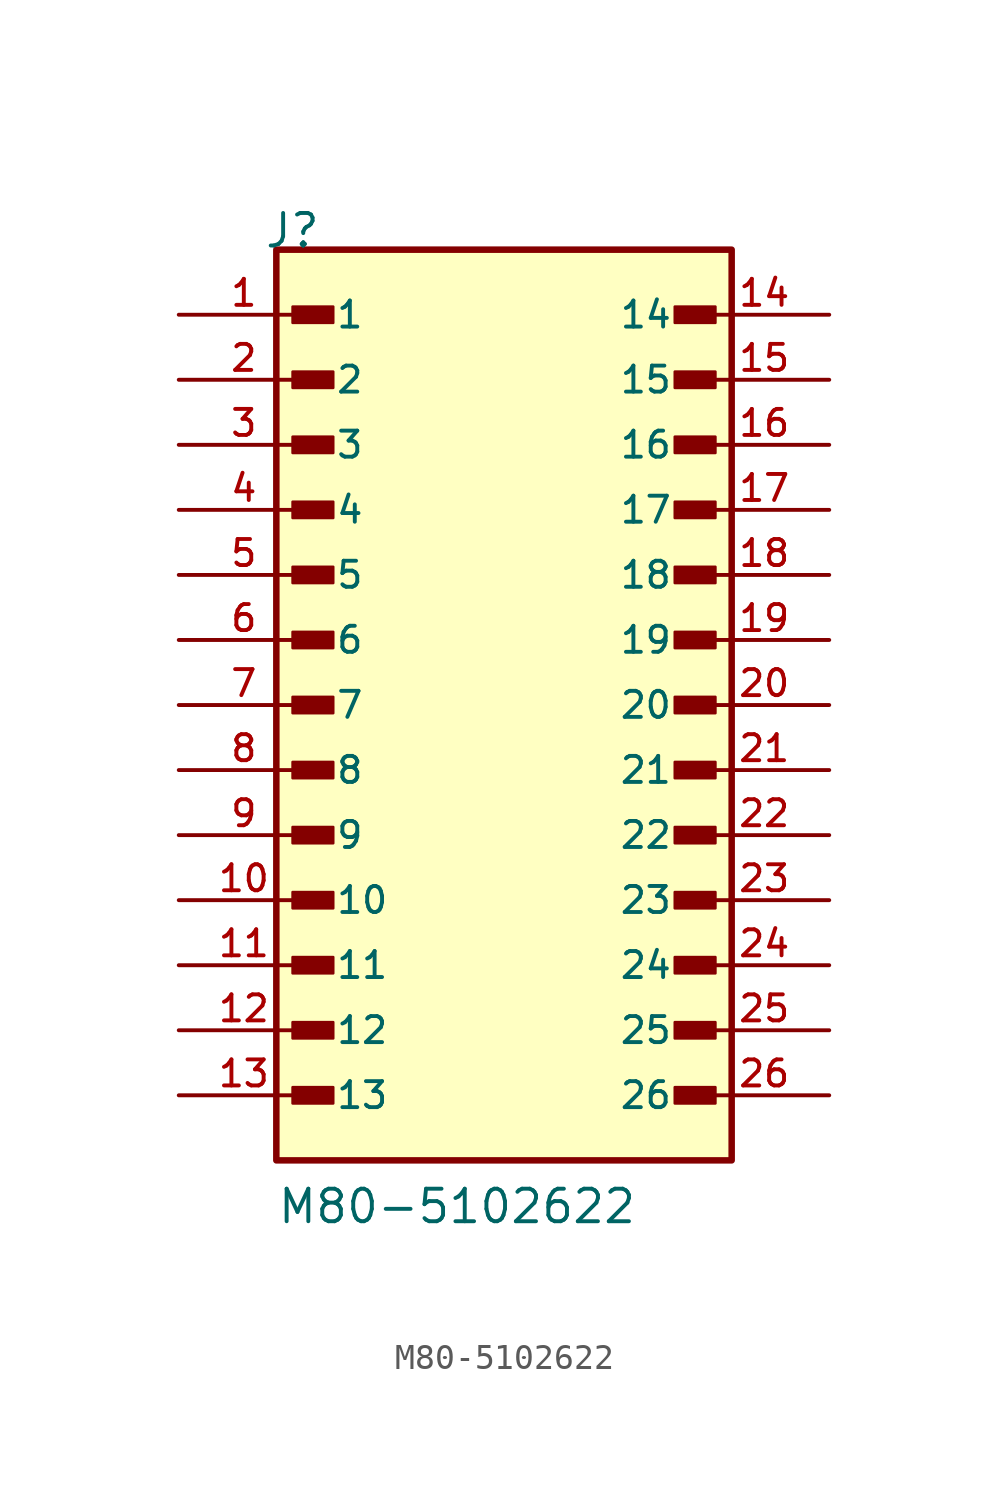
<source format=kicad_sym>
(kicad_symbol_lib
  (version 20211014)
  (generator kicad_symbol_editor)
  (symbol "M80-5102622"
    (pin_names
      (offset 1.016))
    (property "Reference" "J"
      (at -9.39 17.78 0)
      (effects (font (size 1.27 1.27)) (justify bottom left)))
    (property "Value" "M80-5102622"
      (at -8.89 -20.32 0)
      (effects (font (size 1.27 1.27)) (justify bottom left)))
    (symbol "M80-5102622_0_0"
      (rectangle (start -8.255 14.922) (end -6.668 15.557) (stroke (width 0.1)) (fill (type outline)))
      (rectangle (start -8.255 12.383) (end -6.668 13.018) (stroke (width 0.1)) (fill (type outline)))
      (rectangle (start -8.255 9.842) (end -6.668 10.477) (stroke (width 0.1)) (fill (type outline)))
      (rectangle (start -8.255 7.303) (end -6.668 7.938) (stroke (width 0.1)) (fill (type outline)))
      (rectangle (start -8.255 4.763) (end -6.668 5.397) (stroke (width 0.1)) (fill (type outline)))
      (rectangle (start -8.255 2.223) (end -6.668 2.857) (stroke (width 0.1)) (fill (type outline)))
      (rectangle (start -8.255 -0.318) (end -6.668 0.318) (stroke (width 0.1)) (fill (type outline)))
      (rectangle (start -8.255 -2.857) (end -6.668 -2.223) (stroke (width 0.1)) (fill (type outline)))
      (rectangle (start -8.255 -5.397) (end -6.668 -4.763) (stroke (width 0.1)) (fill (type outline)))
      (rectangle (start -8.255 -7.938) (end -6.668 -7.303) (stroke (width 0.1)) (fill (type outline)))
      (rectangle (start -8.255 -10.477) (end -6.668 -9.842) (stroke (width 0.1)) (fill (type outline)))
      (rectangle (start -8.255 -13.018) (end -6.668 -12.383) (stroke (width 0.1)) (fill (type outline)))
      (rectangle (start -8.255 -15.557) (end -6.668 -14.922) (stroke (width 0.1)) (fill (type outline)))
      (rectangle (start 8.255 14.922) (end 6.668 15.557) (stroke (width 0.1)) (fill (type outline)))
      (rectangle (start 8.255 12.383) (end 6.668 13.018) (stroke (width 0.1)) (fill (type outline)))
      (rectangle (start 8.255 9.842) (end 6.668 10.477) (stroke (width 0.1)) (fill (type outline)))
      (rectangle (start 8.255 7.303) (end 6.668 7.938) (stroke (width 0.1)) (fill (type outline)))
      (rectangle (start 8.255 4.763) (end 6.668 5.397) (stroke (width 0.1)) (fill (type outline)))
      (rectangle (start 8.255 2.223) (end 6.668 2.857) (stroke (width 0.1)) (fill (type outline)))
      (rectangle (start 8.255 -0.318) (end 6.668 0.318) (stroke (width 0.1)) (fill (type outline)))
      (rectangle (start 8.255 -2.857) (end 6.668 -2.223) (stroke (width 0.1)) (fill (type outline)))
      (rectangle (start 8.255 -5.397) (end 6.668 -4.763) (stroke (width 0.1)) (fill (type outline)))
      (rectangle (start 8.255 -7.938) (end 6.668 -7.303) (stroke (width 0.1)) (fill (type outline)))
      (rectangle (start 8.255 -10.477) (end 6.668 -9.842) (stroke (width 0.1)) (fill (type outline)))
      (rectangle (start 8.255 -13.018) (end 6.668 -12.383) (stroke (width 0.1)) (fill (type outline)))
      (rectangle (start 8.255 -15.557) (end 6.668 -14.922) (stroke (width 0.1)) (fill (type outline)))
      (rectangle (start -8.89 -17.78) (end 8.89 17.78) (stroke (width 0.254)) (fill (type background)))
      (pin passive line (at -12.7 15.24 0) (length 5.08) (name "1" (effects (font (size 1.016 1.016)))) (number "1" (effects (font (size 1.016 1.016)))))
      (pin passive line (at -12.7 12.7 0) (length 5.08) (name "2" (effects (font (size 1.016 1.016)))) (number "2" (effects (font (size 1.016 1.016)))))
      (pin passive line (at -12.7 10.16 0) (length 5.08) (name "3" (effects (font (size 1.016 1.016)))) (number "3" (effects (font (size 1.016 1.016)))))
      (pin passive line (at -12.7 7.62 0) (length 5.08) (name "4" (effects (font (size 1.016 1.016)))) (number "4" (effects (font (size 1.016 1.016)))))
      (pin passive line (at -12.7 5.08 0) (length 5.08) (name "5" (effects (font (size 1.016 1.016)))) (number "5" (effects (font (size 1.016 1.016)))))
      (pin passive line (at -12.7 2.54 0) (length 5.08) (name "6" (effects (font (size 1.016 1.016)))) (number "6" (effects (font (size 1.016 1.016)))))
      (pin passive line (at -12.7 0.0 0) (length 5.08) (name "7" (effects (font (size 1.016 1.016)))) (number "7" (effects (font (size 1.016 1.016)))))
      (pin passive line (at -12.7 -2.54 0) (length 5.08) (name "8" (effects (font (size 1.016 1.016)))) (number "8" (effects (font (size 1.016 1.016)))))
      (pin passive line (at -12.7 -5.08 0) (length 5.08) (name "9" (effects (font (size 1.016 1.016)))) (number "9" (effects (font (size 1.016 1.016)))))
      (pin passive line (at -12.7 -7.62 0) (length 5.08) (name "10" (effects (font (size 1.016 1.016)))) (number "10" (effects (font (size 1.016 1.016)))))
      (pin passive line (at -12.7 -10.16 0) (length 5.08) (name "11" (effects (font (size 1.016 1.016)))) (number "11" (effects (font (size 1.016 1.016)))))
      (pin passive line (at -12.7 -12.7 0) (length 5.08) (name "12" (effects (font (size 1.016 1.016)))) (number "12" (effects (font (size 1.016 1.016)))))
      (pin passive line (at -12.7 -15.24 0) (length 5.08) (name "13" (effects (font (size 1.016 1.016)))) (number "13" (effects (font (size 1.016 1.016)))))
      (pin passive line (at 12.7 15.24 180.0) (length 5.08) (name "14" (effects (font (size 1.016 1.016)))) (number "14" (effects (font (size 1.016 1.016)))))
      (pin passive line (at 12.7 12.7 180.0) (length 5.08) (name "15" (effects (font (size 1.016 1.016)))) (number "15" (effects (font (size 1.016 1.016)))))
      (pin passive line (at 12.7 10.16 180.0) (length 5.08) (name "16" (effects (font (size 1.016 1.016)))) (number "16" (effects (font (size 1.016 1.016)))))
      (pin passive line (at 12.7 7.62 180.0) (length 5.08) (name "17" (effects (font (size 1.016 1.016)))) (number "17" (effects (font (size 1.016 1.016)))))
      (pin passive line (at 12.7 5.08 180.0) (length 5.08) (name "18" (effects (font (size 1.016 1.016)))) (number "18" (effects (font (size 1.016 1.016)))))
      (pin passive line (at 12.7 2.54 180.0) (length 5.08) (name "19" (effects (font (size 1.016 1.016)))) (number "19" (effects (font (size 1.016 1.016)))))
      (pin passive line (at 12.7 0.0 180.0) (length 5.08) (name "20" (effects (font (size 1.016 1.016)))) (number "20" (effects (font (size 1.016 1.016)))))
      (pin passive line (at 12.7 -2.54 180.0) (length 5.08) (name "21" (effects (font (size 1.016 1.016)))) (number "21" (effects (font (size 1.016 1.016)))))
      (pin passive line (at 12.7 -5.08 180.0) (length 5.08) (name "22" (effects (font (size 1.016 1.016)))) (number "22" (effects (font (size 1.016 1.016)))))
      (pin passive line (at 12.7 -7.62 180.0) (length 5.08) (name "23" (effects (font (size 1.016 1.016)))) (number "23" (effects (font (size 1.016 1.016)))))
      (pin passive line (at 12.7 -10.16 180.0) (length 5.08) (name "24" (effects (font (size 1.016 1.016)))) (number "24" (effects (font (size 1.016 1.016)))))
      (pin passive line (at 12.7 -12.7 180.0) (length 5.08) (name "25" (effects (font (size 1.016 1.016)))) (number "25" (effects (font (size 1.016 1.016)))))
      (pin passive line (at 12.7 -15.24 180.0) (length 5.08) (name "26" (effects (font (size 1.016 1.016)))) (number "26" (effects (font (size 1.016 1.016))))))))
</source>
